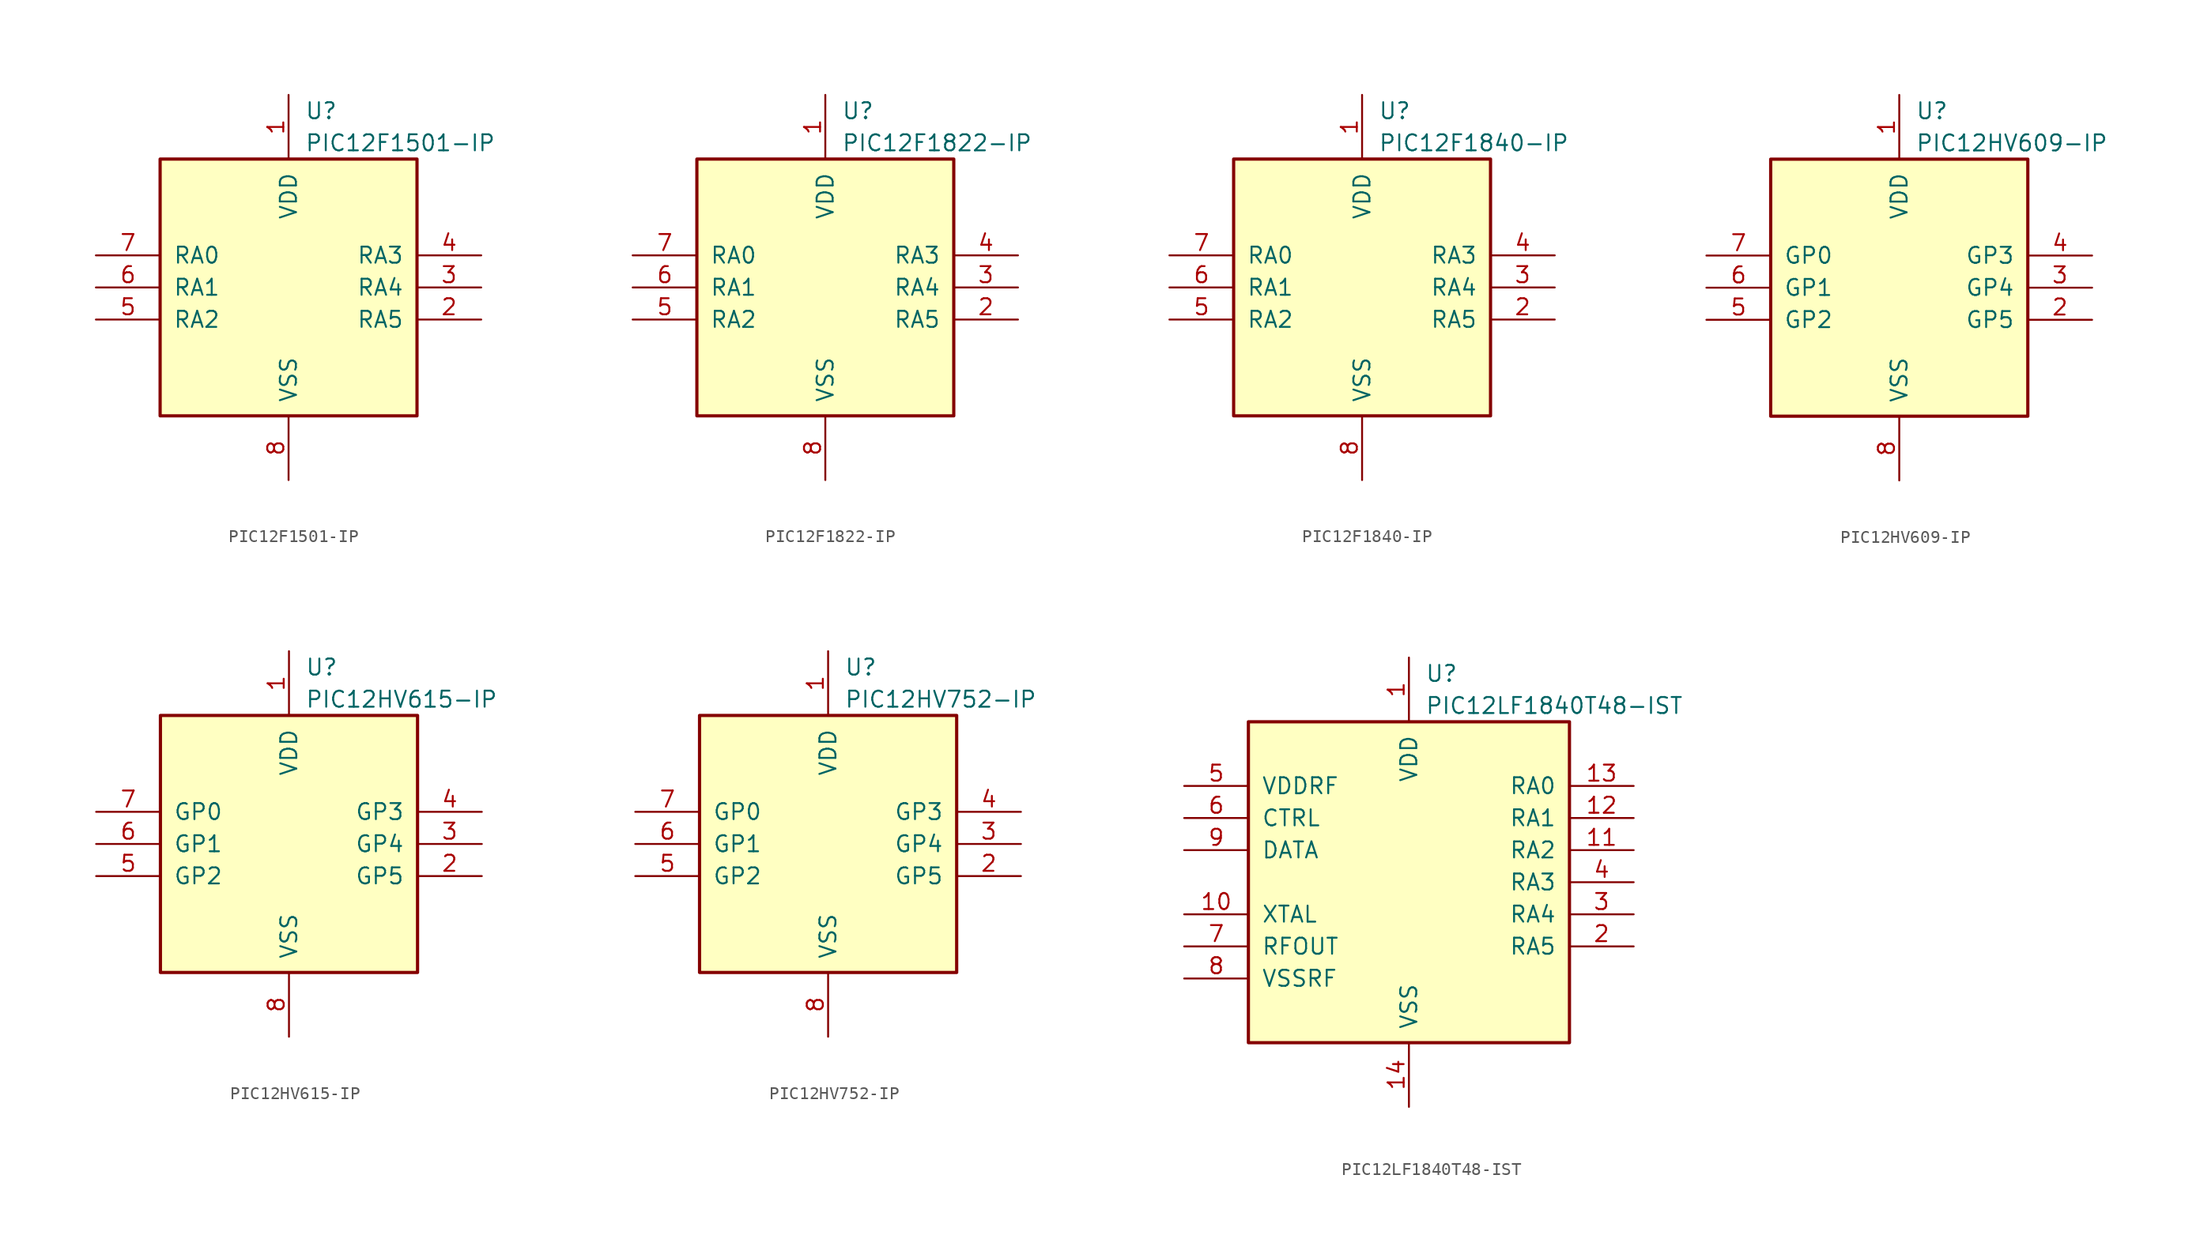
<source format=kicad_sym>
(kicad_symbol_lib
  (version 20201005)
  (generator kicad_symbol_editor)
  (symbol "MCU_Microchip_PIC12:PIC12F1501-IP"
    (pin_names
      (offset 1.016))
    (property "Reference" "U"
      (at 1.27 13.97 0)
      (effects (font (size 1.27 1.27)) (justify left)))
    (property "Value" "PIC12F1501-IP"
      (at 1.27 11.43 0)
      (effects (font (size 1.27 1.27)) (justify left)))
    (symbol "PIC12F1501-IP_0_1"
      (rectangle (start 10.16 -10.16) (end -10.16 10.16) (stroke (width 0.254)) (fill (type background))))
    (symbol "PIC12F1501-IP_1_1"
      (pin power_in line (at 0 15.24 270) (length 5.08) (name "VDD" (effects (font (size 1.27 1.27)))) (number "1" (effects (font (size 1.27 1.27)))))
      (pin bidirectional line (at 15.24 -2.54 180) (length 5.08) (name "RA5" (effects (font (size 1.27 1.27)))) (number "2" (effects (font (size 1.27 1.27)))))
      (pin bidirectional line (at 15.24 0 180) (length 5.08) (name "RA4" (effects (font (size 1.27 1.27)))) (number "3" (effects (font (size 1.27 1.27)))))
      (pin input line (at 15.24 2.54 180) (length 5.08) (name "RA3" (effects (font (size 1.27 1.27)))) (number "4" (effects (font (size 1.27 1.27)))))
      (pin bidirectional line (at -15.24 -2.54 0) (length 5.08) (name "RA2" (effects (font (size 1.27 1.27)))) (number "5" (effects (font (size 1.27 1.27)))))
      (pin bidirectional line (at -15.24 0 0) (length 5.08) (name "RA1" (effects (font (size 1.27 1.27)))) (number "6" (effects (font (size 1.27 1.27)))))
      (pin bidirectional line (at -15.24 2.54 0) (length 5.08) (name "RA0" (effects (font (size 1.27 1.27)))) (number "7" (effects (font (size 1.27 1.27)))))
      (pin power_in line (at 0 -15.24 90) (length 5.08) (name "VSS" (effects (font (size 1.27 1.27)))) (number "8" (effects (font (size 1.27 1.27)))))))
  (symbol "MCU_Microchip_PIC12:PIC12F1822-IP"
    (pin_names
      (offset 1.016))
    (property "Reference" "U"
      (at 1.27 13.97 0)
      (effects (font (size 1.27 1.27)) (justify left)))
    (property "Value" "PIC12F1822-IP"
      (at 1.27 11.43 0)
      (effects (font (size 1.27 1.27)) (justify left)))
    (symbol "PIC12F1822-IP_0_1"
      (rectangle (start 10.16 -10.16) (end -10.16 10.16) (stroke (width 0.254)) (fill (type background))))
    (symbol "PIC12F1822-IP_1_1"
      (pin power_in line (at 0 15.24 270) (length 5.08) (name "VDD" (effects (font (size 1.27 1.27)))) (number "1" (effects (font (size 1.27 1.27)))))
      (pin bidirectional line (at 15.24 -2.54 180) (length 5.08) (name "RA5" (effects (font (size 1.27 1.27)))) (number "2" (effects (font (size 1.27 1.27)))))
      (pin bidirectional line (at 15.24 0 180) (length 5.08) (name "RA4" (effects (font (size 1.27 1.27)))) (number "3" (effects (font (size 1.27 1.27)))))
      (pin input line (at 15.24 2.54 180) (length 5.08) (name "RA3" (effects (font (size 1.27 1.27)))) (number "4" (effects (font (size 1.27 1.27)))))
      (pin bidirectional line (at -15.24 -2.54 0) (length 5.08) (name "RA2" (effects (font (size 1.27 1.27)))) (number "5" (effects (font (size 1.27 1.27)))))
      (pin bidirectional line (at -15.24 0 0) (length 5.08) (name "RA1" (effects (font (size 1.27 1.27)))) (number "6" (effects (font (size 1.27 1.27)))))
      (pin bidirectional line (at -15.24 2.54 0) (length 5.08) (name "RA0" (effects (font (size 1.27 1.27)))) (number "7" (effects (font (size 1.27 1.27)))))
      (pin power_in line (at 0 -15.24 90) (length 5.08) (name "VSS" (effects (font (size 1.27 1.27)))) (number "8" (effects (font (size 1.27 1.27)))))))
  (symbol "MCU_Microchip_PIC12:PIC12F1840-IP"
    (pin_names
      (offset 1.016))
    (property "Reference" "U"
      (at 1.27 13.97 0)
      (effects (font (size 1.27 1.27)) (justify left)))
    (property "Value" "PIC12F1840-IP"
      (at 1.27 11.43 0)
      (effects (font (size 1.27 1.27)) (justify left)))
    (symbol "PIC12F1840-IP_0_1"
      (rectangle (start 10.16 -10.16) (end -10.16 10.16) (stroke (width 0.254)) (fill (type background))))
    (symbol "PIC12F1840-IP_1_1"
      (pin power_in line (at 0 15.24 270) (length 5.08) (name "VDD" (effects (font (size 1.27 1.27)))) (number "1" (effects (font (size 1.27 1.27)))))
      (pin bidirectional line (at 15.24 -2.54 180) (length 5.08) (name "RA5" (effects (font (size 1.27 1.27)))) (number "2" (effects (font (size 1.27 1.27)))))
      (pin bidirectional line (at 15.24 0 180) (length 5.08) (name "RA4" (effects (font (size 1.27 1.27)))) (number "3" (effects (font (size 1.27 1.27)))))
      (pin input line (at 15.24 2.54 180) (length 5.08) (name "RA3" (effects (font (size 1.27 1.27)))) (number "4" (effects (font (size 1.27 1.27)))))
      (pin bidirectional line (at -15.24 -2.54 0) (length 5.08) (name "RA2" (effects (font (size 1.27 1.27)))) (number "5" (effects (font (size 1.27 1.27)))))
      (pin bidirectional line (at -15.24 0 0) (length 5.08) (name "RA1" (effects (font (size 1.27 1.27)))) (number "6" (effects (font (size 1.27 1.27)))))
      (pin bidirectional line (at -15.24 2.54 0) (length 5.08) (name "RA0" (effects (font (size 1.27 1.27)))) (number "7" (effects (font (size 1.27 1.27)))))
      (pin power_in line (at 0 -15.24 90) (length 5.08) (name "VSS" (effects (font (size 1.27 1.27)))) (number "8" (effects (font (size 1.27 1.27)))))))
  (symbol "MCU_Microchip_PIC12:PIC12HV609-IP"
    (pin_names
      (offset 1.016))
    (property "Reference" "U"
      (at 1.27 13.97 0)
      (effects (font (size 1.27 1.27)) (justify left)))
    (property "Value" "PIC12HV609-IP"
      (at 1.27 11.43 0)
      (effects (font (size 1.27 1.27)) (justify left)))
    (symbol "PIC12HV609-IP_0_1"
      (rectangle (start 10.16 -10.16) (end -10.16 10.16) (stroke (width 0.254)) (fill (type background))))
    (symbol "PIC12HV609-IP_1_1"
      (pin power_in line (at 0 15.24 270) (length 5.08) (name "VDD" (effects (font (size 1.27 1.27)))) (number "1" (effects (font (size 1.27 1.27)))))
      (pin bidirectional line (at 15.24 -2.54 180) (length 5.08) (name "GP5" (effects (font (size 1.27 1.27)))) (number "2" (effects (font (size 1.27 1.27)))))
      (pin bidirectional line (at 15.24 0 180) (length 5.08) (name "GP4" (effects (font (size 1.27 1.27)))) (number "3" (effects (font (size 1.27 1.27)))))
      (pin input line (at 15.24 2.54 180) (length 5.08) (name "GP3" (effects (font (size 1.27 1.27)))) (number "4" (effects (font (size 1.27 1.27)))))
      (pin bidirectional line (at -15.24 -2.54 0) (length 5.08) (name "GP2" (effects (font (size 1.27 1.27)))) (number "5" (effects (font (size 1.27 1.27)))))
      (pin bidirectional line (at -15.24 0 0) (length 5.08) (name "GP1" (effects (font (size 1.27 1.27)))) (number "6" (effects (font (size 1.27 1.27)))))
      (pin bidirectional line (at -15.24 2.54 0) (length 5.08) (name "GP0" (effects (font (size 1.27 1.27)))) (number "7" (effects (font (size 1.27 1.27)))))
      (pin power_in line (at 0 -15.24 90) (length 5.08) (name "VSS" (effects (font (size 1.27 1.27)))) (number "8" (effects (font (size 1.27 1.27)))))))
  (symbol "MCU_Microchip_PIC12:PIC12HV615-IP"
    (pin_names
      (offset 1.016))
    (property "Reference" "U"
      (at 1.27 13.97 0)
      (effects (font (size 1.27 1.27)) (justify left)))
    (property "Value" "PIC12HV615-IP"
      (at 1.27 11.43 0)
      (effects (font (size 1.27 1.27)) (justify left)))
    (symbol "PIC12HV615-IP_0_1"
      (rectangle (start 10.16 -10.16) (end -10.16 10.16) (stroke (width 0.254)) (fill (type background))))
    (symbol "PIC12HV615-IP_1_1"
      (pin power_in line (at 0 15.24 270) (length 5.08) (name "VDD" (effects (font (size 1.27 1.27)))) (number "1" (effects (font (size 1.27 1.27)))))
      (pin bidirectional line (at 15.24 -2.54 180) (length 5.08) (name "GP5" (effects (font (size 1.27 1.27)))) (number "2" (effects (font (size 1.27 1.27)))))
      (pin bidirectional line (at 15.24 0 180) (length 5.08) (name "GP4" (effects (font (size 1.27 1.27)))) (number "3" (effects (font (size 1.27 1.27)))))
      (pin input line (at 15.24 2.54 180) (length 5.08) (name "GP3" (effects (font (size 1.27 1.27)))) (number "4" (effects (font (size 1.27 1.27)))))
      (pin bidirectional line (at -15.24 -2.54 0) (length 5.08) (name "GP2" (effects (font (size 1.27 1.27)))) (number "5" (effects (font (size 1.27 1.27)))))
      (pin bidirectional line (at -15.24 0 0) (length 5.08) (name "GP1" (effects (font (size 1.27 1.27)))) (number "6" (effects (font (size 1.27 1.27)))))
      (pin bidirectional line (at -15.24 2.54 0) (length 5.08) (name "GP0" (effects (font (size 1.27 1.27)))) (number "7" (effects (font (size 1.27 1.27)))))
      (pin power_in line (at 0 -15.24 90) (length 5.08) (name "VSS" (effects (font (size 1.27 1.27)))) (number "8" (effects (font (size 1.27 1.27)))))))
  (symbol "MCU_Microchip_PIC12:PIC12HV752-IP"
    (pin_names
      (offset 1.016))
    (property "Reference" "U"
      (at 1.27 13.97 0)
      (effects (font (size 1.27 1.27)) (justify left)))
    (property "Value" "PIC12HV752-IP"
      (at 1.27 11.43 0)
      (effects (font (size 1.27 1.27)) (justify left)))
    (symbol "PIC12HV752-IP_0_1"
      (rectangle (start 10.16 -10.16) (end -10.16 10.16) (stroke (width 0.254)) (fill (type background))))
    (symbol "PIC12HV752-IP_1_1"
      (pin power_in line (at 0 15.24 270) (length 5.08) (name "VDD" (effects (font (size 1.27 1.27)))) (number "1" (effects (font (size 1.27 1.27)))))
      (pin bidirectional line (at 15.24 -2.54 180) (length 5.08) (name "GP5" (effects (font (size 1.27 1.27)))) (number "2" (effects (font (size 1.27 1.27)))))
      (pin bidirectional line (at 15.24 0 180) (length 5.08) (name "GP4" (effects (font (size 1.27 1.27)))) (number "3" (effects (font (size 1.27 1.27)))))
      (pin input line (at 15.24 2.54 180) (length 5.08) (name "GP3" (effects (font (size 1.27 1.27)))) (number "4" (effects (font (size 1.27 1.27)))))
      (pin bidirectional line (at -15.24 -2.54 0) (length 5.08) (name "GP2" (effects (font (size 1.27 1.27)))) (number "5" (effects (font (size 1.27 1.27)))))
      (pin bidirectional line (at -15.24 0 0) (length 5.08) (name "GP1" (effects (font (size 1.27 1.27)))) (number "6" (effects (font (size 1.27 1.27)))))
      (pin bidirectional line (at -15.24 2.54 0) (length 5.08) (name "GP0" (effects (font (size 1.27 1.27)))) (number "7" (effects (font (size 1.27 1.27)))))
      (pin power_in line (at 0 -15.24 90) (length 5.08) (name "VSS" (effects (font (size 1.27 1.27)))) (number "8" (effects (font (size 1.27 1.27)))))))
  (symbol "MCU_Microchip_PIC12:PIC12LF1840T48-IST"
    (pin_names
      (offset 1.016))
    (property "Reference" "U"
      (at 1.27 16.51 0)
      (effects (font (size 1.27 1.27)) (justify left)))
    (property "Value" "PIC12LF1840T48-IST"
      (at 1.27 13.97 0)
      (effects (font (size 1.27 1.27)) (justify left)))
    (symbol "PIC12LF1840T48-IST_0_1"
      (rectangle (start 12.7 -12.7) (end -12.7 12.7) (stroke (width 0.254)) (fill (type background))))
    (symbol "PIC12LF1840T48-IST_1_1"
      (pin power_in line (at 0 17.78 270) (length 5.08) (name "VDD" (effects (font (size 1.27 1.27)))) (number "1" (effects (font (size 1.27 1.27)))))
      (pin bidirectional line (at 17.78 -5.08 180) (length 5.08) (name "RA5" (effects (font (size 1.27 1.27)))) (number "2" (effects (font (size 1.27 1.27)))))
      (pin bidirectional line (at 17.78 -2.54 180) (length 5.08) (name "RA4" (effects (font (size 1.27 1.27)))) (number "3" (effects (font (size 1.27 1.27)))))
      (pin input line (at 17.78 0 180) (length 5.08) (name "RA3" (effects (font (size 1.27 1.27)))) (number "4" (effects (font (size 1.27 1.27)))))
      (pin power_in line (at -17.78 7.62 0) (length 5.08) (name "VDDRF" (effects (font (size 1.27 1.27)))) (number "5" (effects (font (size 1.27 1.27)))))
      (pin input line (at -17.78 5.08 0) (length 5.08) (name "CTRL" (effects (font (size 1.27 1.27)))) (number "6" (effects (font (size 1.27 1.27)))))
      (pin input line (at -17.78 -5.08 0) (length 5.08) (name "RFOUT" (effects (font (size 1.27 1.27)))) (number "7" (effects (font (size 1.27 1.27)))))
      (pin power_in line (at -17.78 -7.62 0) (length 5.08) (name "VSSRF" (effects (font (size 1.27 1.27)))) (number "8" (effects (font (size 1.27 1.27)))))
      (pin input line (at -17.78 2.54 0) (length 5.08) (name "DATA" (effects (font (size 1.27 1.27)))) (number "9" (effects (font (size 1.27 1.27)))))
      (pin input line (at -17.78 -2.54 0) (length 5.08) (name "XTAL" (effects (font (size 1.27 1.27)))) (number "10" (effects (font (size 1.27 1.27)))))
      (pin bidirectional line (at 17.78 2.54 180) (length 5.08) (name "RA2" (effects (font (size 1.27 1.27)))) (number "11" (effects (font (size 1.27 1.27)))))
      (pin bidirectional line (at 17.78 5.08 180) (length 5.08) (name "RA1" (effects (font (size 1.27 1.27)))) (number "12" (effects (font (size 1.27 1.27)))))
      (pin bidirectional line (at 17.78 7.62 180) (length 5.08) (name "RA0" (effects (font (size 1.27 1.27)))) (number "13" (effects (font (size 1.27 1.27)))))
      (pin power_in line (at 0 -17.78 90) (length 5.08) (name "VSS" (effects (font (size 1.27 1.27)))) (number "14" (effects (font (size 1.27 1.27))))))))
</source>
